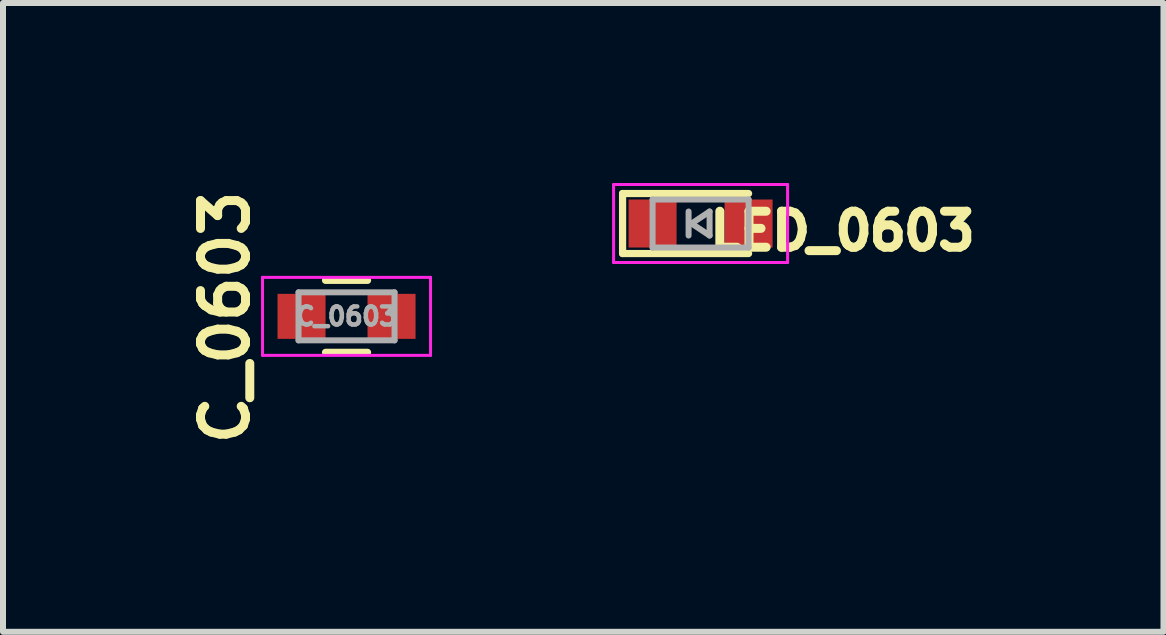
<source format=kicad_pcb>
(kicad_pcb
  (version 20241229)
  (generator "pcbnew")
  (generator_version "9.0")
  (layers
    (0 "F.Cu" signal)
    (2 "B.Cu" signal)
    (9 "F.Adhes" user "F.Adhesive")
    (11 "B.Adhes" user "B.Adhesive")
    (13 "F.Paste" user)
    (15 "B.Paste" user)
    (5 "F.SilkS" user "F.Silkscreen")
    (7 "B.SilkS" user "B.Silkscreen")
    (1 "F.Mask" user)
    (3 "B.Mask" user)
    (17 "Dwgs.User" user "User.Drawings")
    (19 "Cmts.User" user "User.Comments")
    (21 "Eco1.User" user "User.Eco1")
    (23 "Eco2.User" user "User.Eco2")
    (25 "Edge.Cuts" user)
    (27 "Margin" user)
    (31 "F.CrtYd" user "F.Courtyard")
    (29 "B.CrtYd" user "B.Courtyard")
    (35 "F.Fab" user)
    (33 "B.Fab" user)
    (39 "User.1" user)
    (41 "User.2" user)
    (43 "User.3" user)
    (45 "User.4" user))
  (footprint "C_0603"
    (layer "F.Cu")
    (at 2.725 2.222)
    (property "Reference" "C_0603" (at -2.023 0.017 270) (layer "F.SilkS") (effects (font (size 0.75 0.75) (thickness 0.15))))
    (attr smd)
    (fp_line (start -0.35 -0.6) (end 0.35 -0.6) (stroke (width 0.12) (type solid)) (layer "F.SilkS"))
    (fp_line (start 0.35 0.6) (end -0.35 0.6) (stroke (width 0.12) (type solid)) (layer "F.SilkS"))
    (fp_line (start -1.4 -0.65) (end -1.4 0.65) (stroke (width 0.05) (type solid)) (layer "F.CrtYd"))
    (fp_line (start -1.4 -0.65) (end 1.4 -0.65) (stroke (width 0.05) (type solid)) (layer "F.CrtYd"))
    (fp_line (start 1.4 0.65) (end -1.4 0.65) (stroke (width 0.05) (type solid)) (layer "F.CrtYd"))
    (fp_line (start 1.4 0.65) (end 1.4 -0.65) (stroke (width 0.05) (type solid)) (layer "F.CrtYd"))
    (fp_line (start -0.8 -0.4) (end 0.8 -0.4) (stroke (width 0.1) (type solid)) (layer "F.Fab"))
    (fp_line (start -0.8 0.4) (end -0.8 -0.4) (stroke (width 0.1) (type solid)) (layer "F.Fab"))
    (fp_line (start 0.8 -0.4) (end 0.8 0.4) (stroke (width 0.1) (type solid)) (layer "F.Fab"))
    (fp_line (start 0.8 0.4) (end -0.8 0.4) (stroke (width 0.1) (type solid)) (layer "F.Fab"))
    (fp_text user "${REFERENCE}" (at 0 0 0) (layer "F.Fab") (effects (font (size 0.3 0.3) (thickness 0.075))))
    (pad "1" smd rect (at -0.75 0) (size 0.8 0.75) (layers "F.Cu" "F.Mask" "F.Paste"))
    (pad "2" smd rect (at 0.75 0) (size 0.8 0.75) (layers "F.Cu" "F.Mask" "F.Paste")))
  (footprint "LED_0603"
    (layer "F.Cu")
    (at 8.625 0.675)
    (property "Reference" "LED_0603" (at 2.364 0.125 0) (layer "F.SilkS") (effects (font (size 0.6 0.6) (thickness 0.15))))
    (attr smd)
    (fp_line (start -1.3 -0.5) (end -1.3 0.5) (stroke (width 0.12) (type solid)) (layer "F.SilkS"))
    (fp_line (start -1.3 -0.5) (end 0.8 -0.5) (stroke (width 0.12) (type solid)) (layer "F.SilkS"))
    (fp_line (start -1.3 0.5) (end 0.8 0.5) (stroke (width 0.12) (type solid)) (layer "F.SilkS"))
    (fp_line (start -1.45 -0.65) (end 1.45 -0.65) (stroke (width 0.05) (type solid)) (layer "F.CrtYd"))
    (fp_line (start -1.45 0.65) (end -1.45 -0.65) (stroke (width 0.05) (type solid)) (layer "F.CrtYd"))
    (fp_line (start 1.45 -0.65) (end 1.45 0.65) (stroke (width 0.05) (type solid)) (layer "F.CrtYd"))
    (fp_line (start 1.45 0.65) (end -1.45 0.65) (stroke (width 0.05) (type solid)) (layer "F.CrtYd"))
    (fp_line (start -0.8 -0.4) (end 0.8 -0.4) (stroke (width 0.1) (type solid)) (layer "F.Fab"))
    (fp_line (start -0.8 0.4) (end -0.8 -0.4) (stroke (width 0.1) (type solid)) (layer "F.Fab"))
    (fp_line (start -0.2 -0.2) (end -0.2 0.2) (stroke (width 0.1) (type solid)) (layer "F.Fab"))
    (fp_line (start -0.15 0) (end 0.15 -0.2) (stroke (width 0.1) (type solid)) (layer "F.Fab"))
    (fp_line (start 0.15 -0.2) (end 0.15 0.2) (stroke (width 0.1) (type solid)) (layer "F.Fab"))
    (fp_line (start 0.15 0.2) (end -0.15 0) (stroke (width 0.1) (type solid)) (layer "F.Fab"))
    (fp_line (start 0.8 -0.4) (end 0.8 0.4) (stroke (width 0.1) (type solid)) (layer "F.Fab"))
    (fp_line (start 0.8 0.4) (end -0.8 0.4) (stroke (width 0.1) (type solid)) (layer "F.Fab"))
    (pad "1" smd rect (at -0.8 0 180) (size 0.8 0.8) (layers "F.Cu" "F.Mask" "F.Paste"))
    (pad "2" smd rect (at 0.8 0 180) (size 0.8 0.8) (layers "F.Cu" "F.Mask" "F.Paste")))
  (gr_rect
    (start -3 -3)
    (end 16.339 7.479)
    (stroke (width 0.1) (type default))
    (fill no)
    (layer "Edge.Cuts")))
</source>
